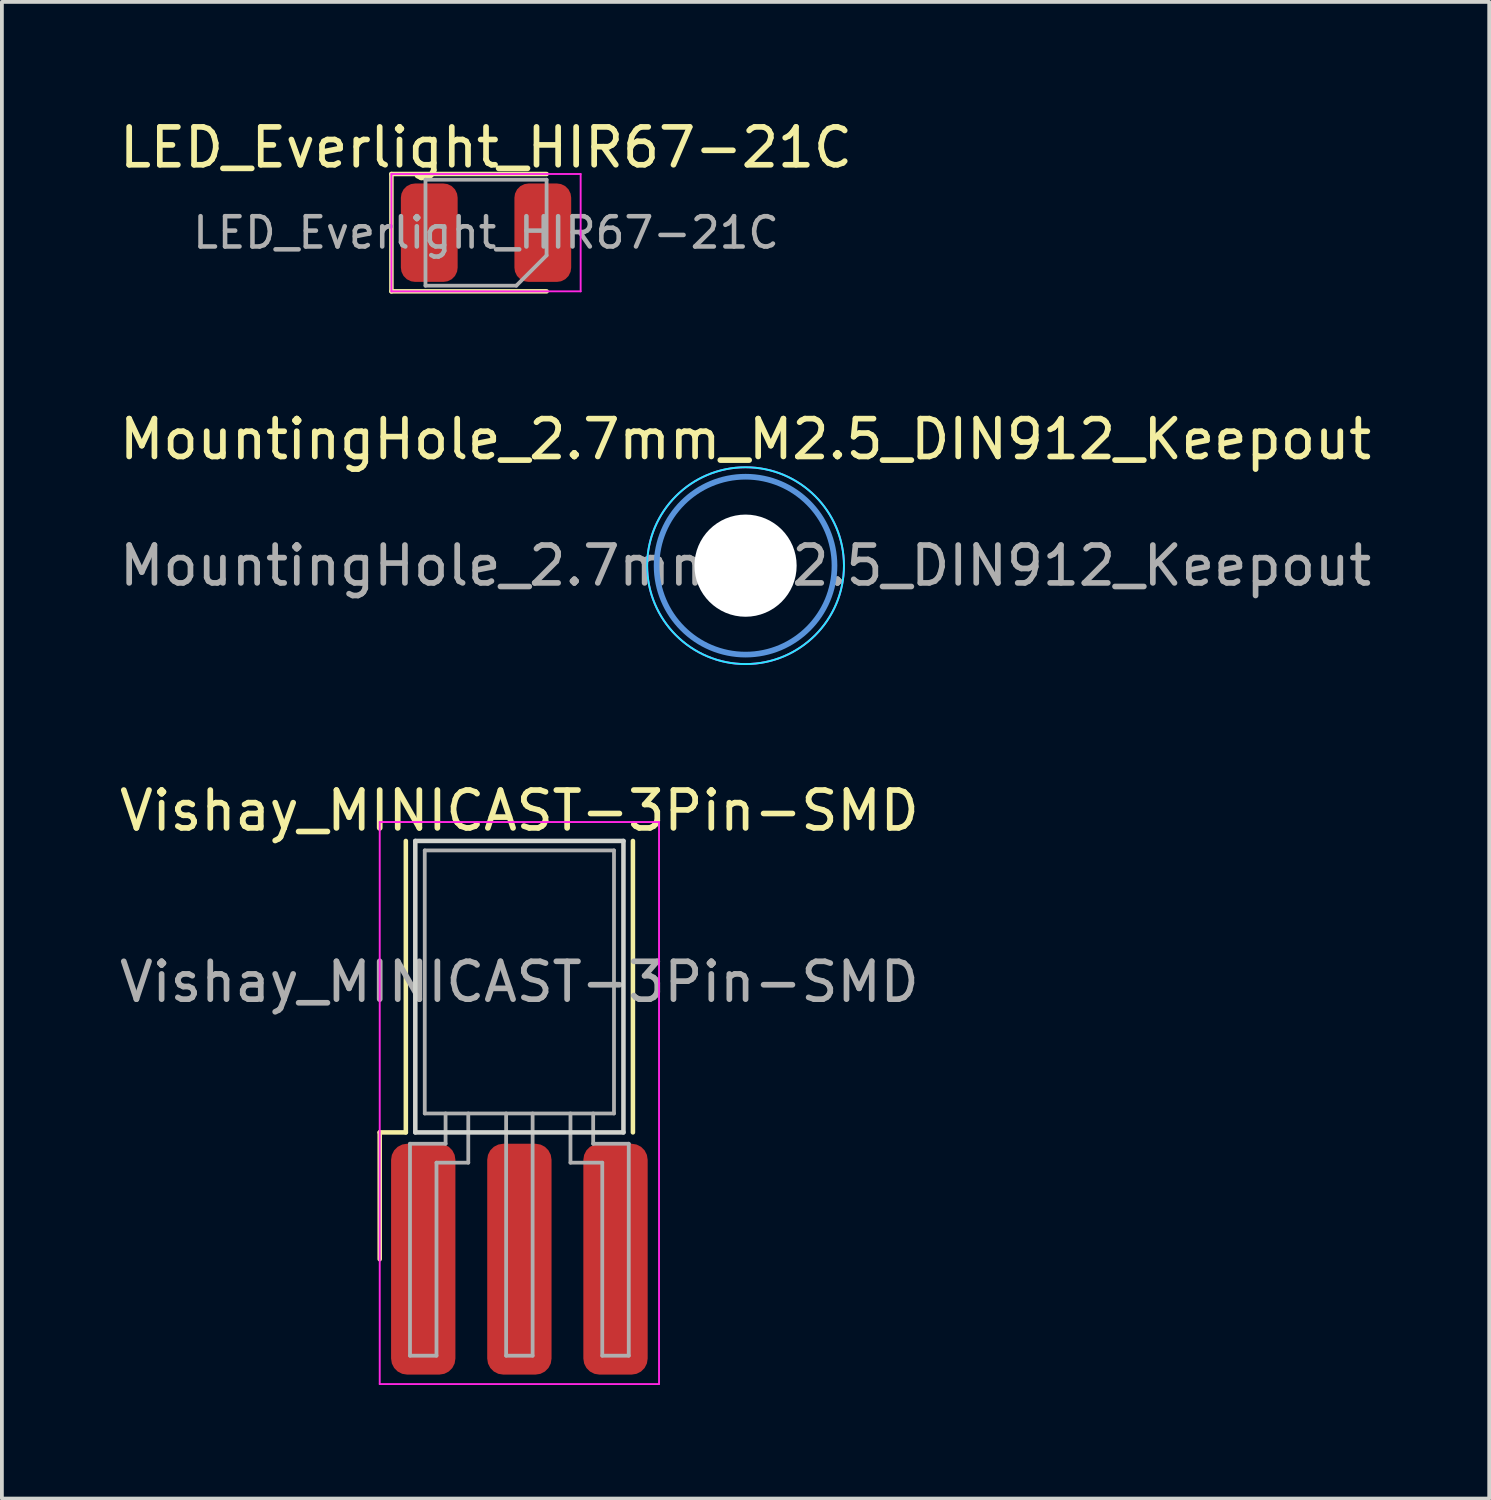
<source format=kicad_pcb>
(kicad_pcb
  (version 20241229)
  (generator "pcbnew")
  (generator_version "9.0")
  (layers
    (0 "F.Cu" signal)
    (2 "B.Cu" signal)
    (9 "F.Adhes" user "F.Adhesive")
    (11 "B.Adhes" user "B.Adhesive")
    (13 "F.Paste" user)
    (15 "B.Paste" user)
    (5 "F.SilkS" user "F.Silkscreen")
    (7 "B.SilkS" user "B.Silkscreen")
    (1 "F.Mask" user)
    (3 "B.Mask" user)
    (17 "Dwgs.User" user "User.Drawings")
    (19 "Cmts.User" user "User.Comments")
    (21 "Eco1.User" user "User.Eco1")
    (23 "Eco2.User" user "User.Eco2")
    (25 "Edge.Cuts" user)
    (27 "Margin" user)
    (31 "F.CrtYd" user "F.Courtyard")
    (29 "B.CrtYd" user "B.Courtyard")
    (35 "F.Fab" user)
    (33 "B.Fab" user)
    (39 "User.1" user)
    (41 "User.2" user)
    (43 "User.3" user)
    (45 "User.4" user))
  (footprint "MountingHole_2.7mm_M2.5_DIN912_Keepout"
    (layer "F.Cu")
    (at 16.649 11.896)
    (property "Reference" "MountingHole_2.7mm_M2.5_DIN912_Keepout" (at 0 -3.34 0) (unlocked yes) (layer "F.SilkS") (effects (font (size 1 1) (thickness 0.15))))
    (fp_circle (center 0 0) (end 2.35 0) (stroke (width 0.15) (type solid)) (fill no) (layer "Cmts.User"))
    (fp_circle (center 0 0) (end 0 -2.6) (stroke (width 0.05) (type solid)) (fill no) (layer "B.CrtYd"))
    (fp_circle (center 0 0) (end 2.6 0) (stroke (width 0.05) (type solid)) (fill no) (layer "F.CrtYd"))
    (fp_text user "${REFERENCE}" (at 0 0 0) (unlocked yes) (layer "F.Fab") (effects (font (size 1 1) (thickness 0.15))))
    (pad "" np_thru_hole circle (at 0 0) (size 2.7 2.7) (drill 2.7) (layers "*.Cu" "*.Mask")))
  (footprint "Vishay_MINICAST-3Pin-SMD"
    (layer "F.Cu")
    (at 10.673 22.895)
    (property "Reference" "Vishay_MINICAST-3Pin-SMD" (at 0 -4.525 0) (unlocked yes) (layer "F.SilkS") (effects (font (size 1 1) (thickness 0.15))))
    (attr smd)
    (fp_line (start -3.69 3.975) (end -3.69 7.325) (stroke (width 0.12) (type solid)) (layer "F.SilkS"))
    (fp_line (start -3 -3.725) (end -3 3.975) (stroke (width 0.12) (type solid)) (layer "F.SilkS"))
    (fp_line (start -3 3.975) (end -3.69 3.975) (stroke (width 0.12) (type solid)) (layer "F.SilkS"))
    (fp_line (start 3 -3.725) (end 3 3.975) (stroke (width 0.12) (type solid)) (layer "F.SilkS"))
    (fp_line (start -2.75 -3.725) (end 2.75 -3.725) (stroke (width 0.12) (type solid)) (layer "Edge.Cuts"))
    (fp_line (start -2.75 3.975) (end -2.75 -3.725) (stroke (width 0.12) (type solid)) (layer "Edge.Cuts"))
    (fp_line (start -2.75 3.975) (end 2.75 3.975) (stroke (width 0.12) (type solid)) (layer "Edge.Cuts"))
    (fp_line (start 2.75 -3.725) (end 2.75 3.975) (stroke (width 0.12) (type solid)) (layer "Edge.Cuts"))
    (fp_line (start -3.69 -4.225) (end 3.69 -4.225) (stroke (width 0.05) (type solid)) (layer "F.CrtYd"))
    (fp_line (start -3.69 10.625) (end -3.69 -4.225) (stroke (width 0.05) (type solid)) (layer "F.CrtYd"))
    (fp_line (start -3.69 10.625) (end 3.69 10.625) (stroke (width 0.05) (type solid)) (layer "F.CrtYd"))
    (fp_line (start 3.69 -4.225) (end 3.69 10.625) (stroke (width 0.05) (type solid)) (layer "F.CrtYd"))
    (fp_line (start -2.89 4.275) (end -1.95 4.275) (stroke (width 0.1) (type solid)) (layer "F.Fab"))
    (fp_line (start -2.89 9.875) (end -2.89 4.275) (stroke (width 0.1) (type solid)) (layer "F.Fab"))
    (fp_line (start -2.5 -3.475) (end 2.5 -3.475) (stroke (width 0.1) (type solid)) (layer "F.Fab"))
    (fp_line (start -2.5 3.475) (end -2.5 -3.475) (stroke (width 0.1) (type solid)) (layer "F.Fab"))
    (fp_line (start -2.19 4.775) (end -2.19 9.875) (stroke (width 0.1) (type solid)) (layer "F.Fab"))
    (fp_line (start -2.19 9.875) (end -2.89 9.875) (stroke (width 0.1) (type solid)) (layer "F.Fab"))
    (fp_line (start -1.95 4.275) (end -1.95 3.475) (stroke (width 0.1) (type solid)) (layer "F.Fab"))
    (fp_line (start -1.35 3.475) (end -1.35 4.775) (stroke (width 0.1) (type solid)) (layer "F.Fab"))
    (fp_line (start -1.35 4.775) (end -2.19 4.775) (stroke (width 0.1) (type solid)) (layer "F.Fab"))
    (fp_line (start -0.35 3.475) (end -0.35 9.875) (stroke (width 0.1) (type solid)) (layer "F.Fab"))
    (fp_line (start -0.35 9.875) (end 0.35 9.875) (stroke (width 0.1) (type solid)) (layer "F.Fab"))
    (fp_line (start 0.35 9.875) (end 0.35 3.475) (stroke (width 0.1) (type solid)) (layer "F.Fab"))
    (fp_line (start 1.35 3.475) (end 1.35 4.775) (stroke (width 0.1) (type solid)) (layer "F.Fab"))
    (fp_line (start 1.35 4.775) (end 2.19 4.775) (stroke (width 0.1) (type solid)) (layer "F.Fab"))
    (fp_line (start 1.95 4.275) (end 1.95 3.475) (stroke (width 0.1) (type solid)) (layer "F.Fab"))
    (fp_line (start 2.19 4.775) (end 2.19 9.875) (stroke (width 0.1) (type solid)) (layer "F.Fab"))
    (fp_line (start 2.19 9.875) (end 2.89 9.875) (stroke (width 0.1) (type solid)) (layer "F.Fab"))
    (fp_line (start 2.5 -3.475) (end 2.5 3.475) (stroke (width 0.1) (type solid)) (layer "F.Fab"))
    (fp_line (start 2.5 3.475) (end -2.5 3.475) (stroke (width 0.1) (type solid)) (layer "F.Fab"))
    (fp_line (start 2.89 4.275) (end 1.95 4.275) (stroke (width 0.1) (type solid)) (layer "F.Fab"))
    (fp_line (start 2.89 9.875) (end 2.89 4.275) (stroke (width 0.1) (type solid)) (layer "F.Fab"))
    (fp_text user "${REFERENCE}" (at 0 0 0) (unlocked yes) (layer "F.Fab") (effects (font (size 1 1) (thickness 0.15))))
    (pad "1" smd roundrect (at -2.54 7.325) (size 1.7 6.1) (layers "F.Cu" "F.Mask" "F.Paste") (roundrect_rratio 0.25))
    (pad "2" smd roundrect (at 0 7.325) (size 1.7 6.1) (layers "F.Cu" "F.Mask" "F.Paste") (roundrect_rratio 0.25))
    (pad "3" smd roundrect (at 2.54 7.325) (size 1.7 6.1) (layers "F.Cu" "F.Mask" "F.Paste") (roundrect_rratio 0.25)))
  (footprint "LED_Everlight_HIR67-21C"
    (layer "F.Cu")
    (at 9.792 3.098)
    (property "Reference" "LED_Everlight_HIR67-21C" (at 0 -2.25 0) (unlocked yes) (layer "F.SilkS") (effects (font (size 1 1) (thickness 0.15))))
    (attr smd)
    (fp_line (start -2.5 -1.55) (end -2.5 1.55) (stroke (width 0.12) (type solid)) (layer "F.SilkS"))
    (fp_line (start -2.5 -1.55) (end 1.6 -1.55) (stroke (width 0.12) (type solid)) (layer "F.SilkS"))
    (fp_line (start -2.5 1.55) (end 1.6 1.55) (stroke (width 0.12) (type solid)) (layer "F.SilkS"))
    (fp_line (start -2.5 -1.55) (end 2.5 -1.55) (stroke (width 0.05) (type solid)) (layer "F.CrtYd"))
    (fp_line (start -2.5 1.55) (end -2.5 -1.55) (stroke (width 0.05) (type solid)) (layer "F.CrtYd"))
    (fp_line (start -2.5 1.55) (end 2.5 1.55) (stroke (width 0.05) (type solid)) (layer "F.CrtYd"))
    (fp_line (start 2.5 -1.55) (end 2.5 1.55) (stroke (width 0.05) (type solid)) (layer "F.CrtYd"))
    (fp_line (start -1.6 -1.4) (end 1.6 -1.4) (stroke (width 0.1) (type solid)) (layer "F.Fab"))
    (fp_line (start -1.6 1.4) (end -1.6 -1.4) (stroke (width 0.1) (type solid)) (layer "F.Fab"))
    (fp_line (start 0.8 1.4) (end -1.6 1.4) (stroke (width 0.1) (type solid)) (layer "F.Fab"))
    (fp_line (start 1.6 -1.4) (end 1.6 0.6) (stroke (width 0.1) (type solid)) (layer "F.Fab"))
    (fp_line (start 1.6 0.6) (end 0.8 1.4) (stroke (width 0.1) (type solid)) (layer "F.Fab"))
    (fp_text user "${REFERENCE}" (at 0 0 0) (unlocked yes) (layer "F.Fab") (effects (font (size 0.8 0.8) (thickness 0.12))))
    (pad "1" smd roundrect (at -1.5 0) (size 1.5 2.6) (layers "F.Cu" "F.Mask" "F.Paste") (roundrect_rratio 0.25))
    (pad "2" smd roundrect (at 1.5 0) (size 1.5 2.6) (layers "F.Cu" "F.Mask" "F.Paste") (roundrect_rratio 0.25)))
  (gr_rect
    (start -3 -3)
    (end 36.298 36.545)
    (stroke (width 0.1) (type default))
    (fill no)
    (layer "Edge.Cuts")))
</source>
